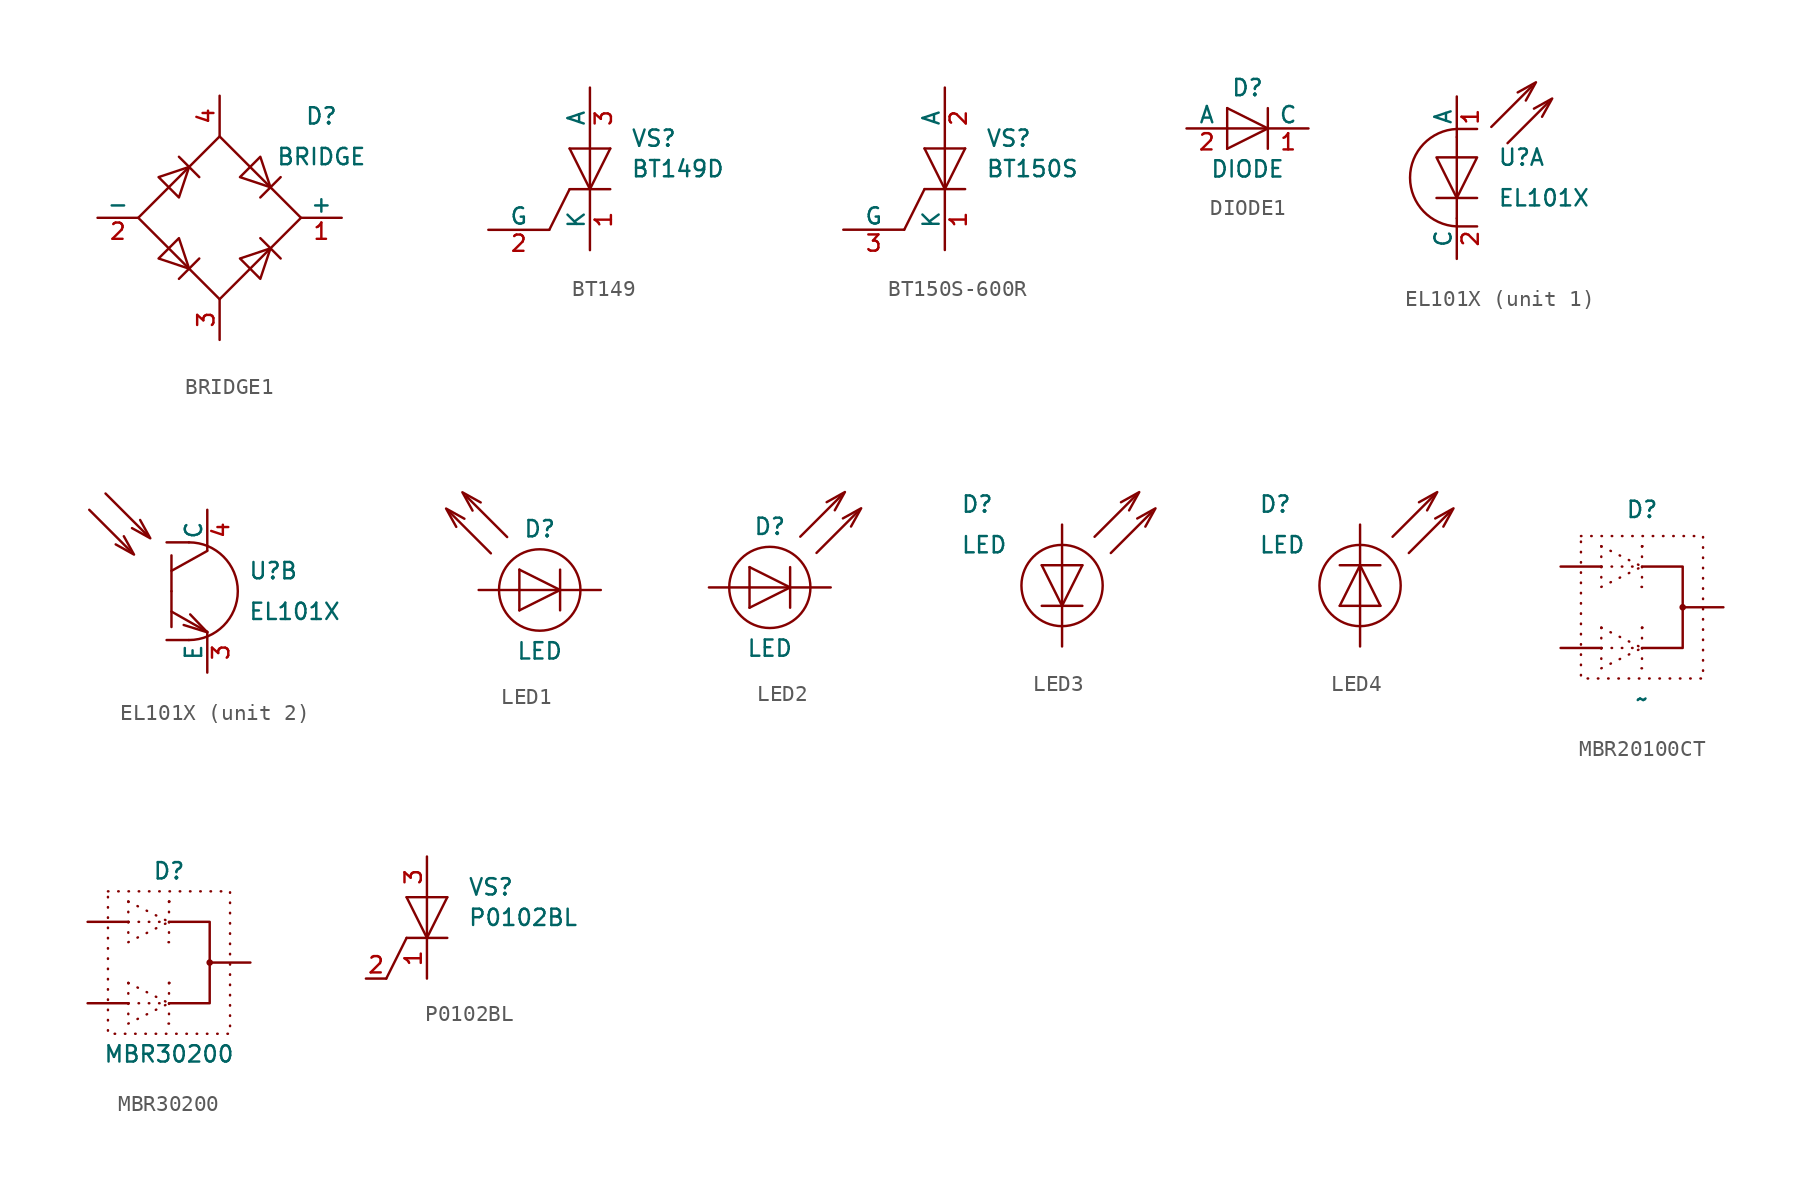
<source format=kicad_sym>
(kicad_symbol_lib
  (version 20241209)
  (generator "kicad_symbol_editor")
  (generator_version "9.0")
  (symbol "BRIDGE1"
    (pin_names
      (offset 0))
    (property "Reference" "D"
      (at 6.35 6.35 0)
      (effects (font (size 1.016 1.016))))
    (property "Value" "BRIDGE"
      (at 6.35 3.81 0)
      (effects (font (size 1.016 1.016))))
    (symbol "BRIDGE1_0_1"
      (polyline (pts (xy -3.81 2.54) (xy -2.54 1.27) (xy -1.905 3.175) (xy -3.81 2.54)) (stroke (width 0) (type default)) (fill (type none)))
      (polyline (pts (xy -2.54 3.81) (xy -1.27 2.54)) (stroke (width 0) (type default)) (fill (type none)))
      (polyline (pts (xy -2.54 -1.27) (xy -3.81 -2.54) (xy -1.905 -3.175) (xy -2.54 -1.27)) (stroke (width 0) (type default)) (fill (type none)))
      (polyline (pts (xy -1.27 -2.54) (xy -2.54 -3.81)) (stroke (width 0) (type default)) (fill (type none)))
      (polyline (pts (xy 1.27 2.54) (xy 2.54 3.81) (xy 3.175 1.905) (xy 1.27 2.54)) (stroke (width 0) (type default)) (fill (type none)))
      (polyline (pts (xy 2.54 1.27) (xy 3.81 2.54)) (stroke (width 0) (type default)) (fill (type none)))
      (polyline (pts (xy 2.54 -1.27) (xy 3.81 -2.54)) (stroke (width 0) (type default)) (fill (type none)))
      (polyline (pts (xy 3.175 -1.905) (xy 1.27 -2.54) (xy 2.54 -3.81) (xy 3.175 -1.905)) (stroke (width 0) (type default)) (fill (type none))))
    (symbol "BRIDGE1_1_1"
      (polyline (pts (xy -5.08 0) (xy 0 -5.08) (xy 5.08 0) (xy 0 5.08) (xy -5.08 0)) (stroke (width 0) (type default)) (fill (type none)))
      (pin passive line (at -7.62 0 0) (length 2.54) (name "-" (effects (font (size 1.016 1.016)))) (number "2" (effects (font (size 1.016 1.016)))))
      (pin passive line (at 0 7.62 270) (length 2.54) (name "~" (effects (font (size 1.016 1.016)))) (number "4" (effects (font (size 1.016 1.016)))))
      (pin passive line (at 0 -7.62 90) (length 2.54) (name "~" (effects (font (size 1.016 1.016)))) (number "3" (effects (font (size 1.016 1.016)))))
      (pin passive line (at 7.62 0 180) (length 2.54) (name "+" (effects (font (size 1.016 1.016)))) (number "1" (effects (font (size 1.016 1.016)))))))
  (symbol "BT149"
    (pin_names
      (offset 0))
    (property "Reference" "VS"
      (at 2.54 1.905 0)
      (effects (font (size 1.016 1.016)) (justify left)))
    (property "Value" "BT149D"
      (at 2.54 0 0)
      (effects (font (size 1.016 1.016)) (justify left)))
    (symbol "BT149_0_1"
      (polyline (pts (xy -1.27 -1.27) (xy -2.54 -3.81)) (stroke (width 0) (type default)) (fill (type none))))
    (symbol "BT149_1_1"
      (polyline (pts (xy -1.27 1.27) (xy 0 -1.27)) (stroke (width 0) (type default)) (fill (type none)))
      (polyline (pts (xy 0 1.27) (xy 0 -1.27)) (stroke (width 0) (type default)) (fill (type none)))
      (polyline (pts (xy 1.27 1.27) (xy -1.27 1.27)) (stroke (width 0) (type default)) (fill (type none)))
      (polyline (pts (xy 1.27 1.27) (xy 0 -1.27)) (stroke (width 0) (type default)) (fill (type none)))
      (polyline (pts (xy 1.27 -1.27) (xy -1.27 -1.27)) (stroke (width 0) (type default)) (fill (type none)))
      (pin input line (at -6.35 -3.81 0) (length 3.81) (name "G" (effects (font (size 1.016 1.016)))) (number "2" (effects (font (size 1.016 1.016)))))
      (pin passive line (at 0 5.08 270) (length 3.81) (name "A" (effects (font (size 1.016 1.016)))) (number "3" (effects (font (size 1.016 1.016)))))
      (pin passive line (at 0 -5.08 90) (length 3.81) (name "K" (effects (font (size 1.016 1.016)))) (number "1" (effects (font (size 1.016 1.016)))))))
  (symbol "BT150S-600R"
    (pin_names
      (offset 0))
    (property "Reference" "VS"
      (at 2.54 1.905 0)
      (effects (font (size 1.016 1.016)) (justify left)))
    (property "Value" "BT150S"
      (at 2.54 0 0)
      (effects (font (size 1.016 1.016)) (justify left)))
    (symbol "BT150S-600R_0_1"
      (polyline (pts (xy -1.27 -1.27) (xy -2.54 -3.81)) (stroke (width 0) (type default)) (fill (type none))))
    (symbol "BT150S-600R_1_1"
      (polyline (pts (xy -1.27 1.27) (xy 0 -1.27)) (stroke (width 0) (type default)) (fill (type none)))
      (polyline (pts (xy 0 1.27) (xy 0 -1.27)) (stroke (width 0) (type default)) (fill (type none)))
      (polyline (pts (xy 1.27 1.27) (xy -1.27 1.27)) (stroke (width 0) (type default)) (fill (type none)))
      (polyline (pts (xy 1.27 1.27) (xy 0 -1.27)) (stroke (width 0) (type default)) (fill (type none)))
      (polyline (pts (xy 1.27 -1.27) (xy -1.27 -1.27)) (stroke (width 0) (type default)) (fill (type none)))
      (pin input line (at -6.35 -3.81 0) (length 3.81) (name "G" (effects (font (size 1.016 1.016)))) (number "3" (effects (font (size 1.016 1.016)))))
      (pin passive line (at 0 5.08 270) (length 3.81) (name "A" (effects (font (size 1.016 1.016)))) (number "2" (effects (font (size 1.016 1.016)))))
      (pin passive line (at 0 -5.08 90) (length 3.81) (name "K" (effects (font (size 1.016 1.016)))) (number "1" (effects (font (size 1.016 1.016)))))))
  (symbol "DIODE1"
    (pin_names
      (offset 0))
    (property "Reference" "D"
      (at 0 2.54 0)
      (effects (font (size 1.016 1.016))))
    (property "Value" "DIODE"
      (at 0 -2.54 0)
      (effects (font (size 1.016 1.016))))
    (symbol "DIODE1_1_1"
      (polyline (pts (xy -1.27 1.27) (xy -1.27 -1.27)) (stroke (width 0) (type default)) (fill (type none)))
      (polyline (pts (xy -1.27 1.27) (xy 1.27 0)) (stroke (width 0) (type default)) (fill (type none)))
      (polyline (pts (xy -1.27 0) (xy 1.27 0)) (stroke (width 0) (type default)) (fill (type none)))
      (polyline (pts (xy -1.27 -1.27) (xy 1.27 0)) (stroke (width 0) (type default)) (fill (type none)))
      (polyline (pts (xy 1.27 1.27) (xy 1.27 -1.27)) (stroke (width 0) (type default)) (fill (type none)))
      (pin passive line (at -3.81 0 0) (length 2.54) (name "A" (effects (font (size 1.016 1.016)))) (number "2" (effects (font (size 1.016 1.016)))))
      (pin passive line (at 3.81 0 180) (length 2.54) (name "C" (effects (font (size 1.016 1.016)))) (number "1" (effects (font (size 1.016 1.016)))))))
  (symbol "EL101X"
    (pin_names
      (offset 0))
    (property "Reference" "U"
      (at 2.54 1.27 0)
      (effects (font (size 1.016 1.016)) (justify left)))
    (property "Value" "EL101X"
      (at 2.54 -1.27 0)
      (effects (font (size 1.016 1.016)) (justify left)))
    (property "ki_locked" ""
      (at 0 0 0)
      (effects (font (size 1.27 1.27))))
    (symbol "EL101X_1_1"
      (polyline (pts (xy -1.27 -1.27) (xy 1.27 -1.27)) (stroke (width 0) (type default)) (fill (type none)))
      (polyline (pts (xy 0 3.048) (xy 1.27 3.048)) (stroke (width 0) (type default)) (fill (type none)))
      (polyline (pts (xy 0 2.54) (xy 0 -2.54)) (stroke (width 0) (type default)) (fill (type none)))
      (polyline (pts (xy 0 -1.27) (xy 1.27 1.27) (xy -1.27 1.27) (xy 0 -1.27)) (stroke (width 0) (type default)) (fill (type none)))
      (arc (start 0 -3.048) (mid -2.9236 0) (end 0 3.048) (stroke (width 0) (type default)) (fill (type none)))
      (polyline (pts (xy 1.27 -3.048) (xy 0 -3.048)) (stroke (width 0) (type default)) (fill (type none)))
      (polyline (pts (xy 4.699 5.715) (xy 2.159 3.175)) (stroke (width 0) (type default)) (fill (type none)))
      (polyline (pts (xy 4.953 5.969) (xy 4.318 4.826) (xy 4.953 5.969) (xy 3.81 5.334) (xy 4.953 5.969)) (stroke (width 0) (type default)) (fill (type none)))
      (polyline (pts (xy 5.715 4.699) (xy 3.175 2.159)) (stroke (width 0) (type default)) (fill (type none)))
      (polyline (pts (xy 5.969 4.953) (xy 5.334 3.81) (xy 5.969 4.953) (xy 4.826 4.318) (xy 5.969 4.953)) (stroke (width 0) (type default)) (fill (type none)))
      (pin passive line (at 0 5.08 270) (length 2.54) (name "A" (effects (font (size 1.016 1.016)))) (number "1" (effects (font (size 1.016 1.016)))))
      (pin passive line (at 0 -5.08 90) (length 2.54) (name "C" (effects (font (size 1.016 1.016)))) (number "2" (effects (font (size 1.016 1.016))))))
    (symbol "EL101X_2_1"
      (polyline (pts (xy -4.826 2.54) (xy -7.366 5.08)) (stroke (width 0) (type default)) (fill (type none)))
      (polyline (pts (xy -4.572 2.286) (xy -5.715 2.921) (xy -4.572 2.286) (xy -5.207 3.429) (xy -4.572 2.286)) (stroke (width 0) (type default)) (fill (type none)))
      (polyline (pts (xy -3.81 3.556) (xy -6.35 6.096)) (stroke (width 0) (type default)) (fill (type none)))
      (polyline (pts (xy -3.556 3.302) (xy -4.699 3.937) (xy -3.556 3.302) (xy -4.191 4.445) (xy -3.556 3.302)) (stroke (width 0) (type default)) (fill (type none)))
      (polyline (pts (xy -2.54 3.048) (xy -1.143 3.048)) (stroke (width 0) (type default)) (fill (type none)))
      (polyline (pts (xy -2.235 0) (xy -2.235 2.235)) (stroke (width 0) (type default)) (fill (type none)))
      (polyline (pts (xy -2.235 0) (xy -2.235 -2.235)) (stroke (width 0) (type default)) (fill (type none)))
      (arc (start -1.143 3.048) (mid 1.8918 0) (end -1.143 -3.048) (stroke (width 0) (type default)) (fill (type none)))
      (polyline (pts (xy -1.143 -3.048) (xy -2.54 -3.048)) (stroke (width 0) (type default)) (fill (type none)))
      (polyline (pts (xy -1.067 -1.448) (xy 0 -2.565) (xy -1.473 -2.108)) (stroke (width 0) (type default)) (fill (type none)))
      (polyline (pts (xy 0 2.515) (xy -2.235 1.27)) (stroke (width 0) (type default)) (fill (type none)))
      (polyline (pts (xy 0 -2.54) (xy -2.235 -1.27)) (stroke (width 0) (type default)) (fill (type none)))
      (pin passive line (at 0 5.08 270) (length 2.54) (name "C" (effects (font (size 1.016 1.016)))) (number "4" (effects (font (size 1.016 1.016)))))
      (pin passive line (at 0 -5.08 90) (length 2.54) (name "E" (effects (font (size 1.016 1.016)))) (number "3" (effects (font (size 1.016 1.016)))))))
  (symbol "LED1"
    (pin_numbers
      (hide yes))
    (pin_names
      (offset 0)
      (hide yes))
    (property "Reference" "D"
      (at 0 3.81 0)
      (effects (font (size 1.016 1.016))))
    (property "Value" "LED"
      (at 0 -3.81 0)
      (effects (font (size 1.016 1.016))))
    (symbol "LED1_0_1"
      (circle (center 0 0) (radius 2.54) (stroke (width 0) (type default)) (fill (type none))))
    (symbol "LED1_1_1"
      (polyline (pts (xy -5.842 5.08) (xy -4.699 4.445) (xy -5.842 5.08) (xy -5.207 3.937) (xy -5.842 5.08)) (stroke (width 0) (type default)) (fill (type none)))
      (polyline (pts (xy -5.588 4.826) (xy -3.048 2.286)) (stroke (width 0) (type default)) (fill (type none)))
      (polyline (pts (xy -4.826 6.096) (xy -3.683 5.461) (xy -4.826 6.096) (xy -4.191 4.953) (xy -4.826 6.096)) (stroke (width 0) (type default)) (fill (type none)))
      (polyline (pts (xy -4.572 5.842) (xy -2.032 3.302)) (stroke (width 0) (type default)) (fill (type none)))
      (polyline (pts (xy -1.27 1.27) (xy -1.27 -1.27)) (stroke (width 0) (type default)) (fill (type none)))
      (polyline (pts (xy -1.27 1.27) (xy 1.27 0)) (stroke (width 0) (type default)) (fill (type none)))
      (polyline (pts (xy -1.27 0) (xy 1.27 0)) (stroke (width 0) (type default)) (fill (type none)))
      (polyline (pts (xy -1.27 -1.27) (xy 1.27 0)) (stroke (width 0) (type default)) (fill (type none)))
      (polyline (pts (xy 1.27 1.27) (xy 1.27 -1.27)) (stroke (width 0) (type default)) (fill (type none)))
      (pin passive line (at -3.81 0 0) (length 2.54) (name "A" (effects (font (size 1.016 1.016)))) (number "2" (effects (font (size 1.016 1.016)))))
      (pin passive line (at 3.81 0 180) (length 2.54) (name "C" (effects (font (size 1.016 1.016)))) (number "1" (effects (font (size 1.016 1.016)))))))
  (symbol "LED2"
    (pin_numbers
      (hide yes))
    (pin_names
      (offset 0)
      (hide yes))
    (property "Reference" "D"
      (at 0 3.81 0)
      (effects (font (size 1.016 1.016))))
    (property "Value" "LED"
      (at 0 -3.81 0)
      (effects (font (size 1.016 1.016))))
    (symbol "LED2_0_1"
      (circle (center 0 0) (radius 2.54) (stroke (width 0) (type default)) (fill (type none))))
    (symbol "LED2_1_1"
      (polyline (pts (xy -1.27 1.27) (xy -1.27 -1.27)) (stroke (width 0) (type default)) (fill (type none)))
      (polyline (pts (xy -1.27 1.27) (xy 1.27 0)) (stroke (width 0) (type default)) (fill (type none)))
      (polyline (pts (xy -1.27 0) (xy 1.27 0)) (stroke (width 0) (type default)) (fill (type none)))
      (polyline (pts (xy -1.27 -1.27) (xy 1.27 0)) (stroke (width 0) (type default)) (fill (type none)))
      (polyline (pts (xy 1.27 1.27) (xy 1.27 -1.27)) (stroke (width 0) (type default)) (fill (type none)))
      (polyline (pts (xy 4.445 5.715) (xy 1.905 3.175)) (stroke (width 0) (type default)) (fill (type none)))
      (polyline (pts (xy 4.699 5.969) (xy 4.064 4.826) (xy 4.699 5.969) (xy 3.556 5.334) (xy 4.699 5.969)) (stroke (width 0) (type default)) (fill (type none)))
      (polyline (pts (xy 5.461 4.699) (xy 2.921 2.159)) (stroke (width 0) (type default)) (fill (type none)))
      (polyline (pts (xy 5.715 4.953) (xy 5.08 3.81) (xy 5.715 4.953) (xy 4.572 4.318) (xy 5.715 4.953)) (stroke (width 0) (type default)) (fill (type none)))
      (pin passive line (at -3.81 0 0) (length 2.54) (name "A" (effects (font (size 1.016 1.016)))) (number "2" (effects (font (size 1.016 1.016)))))
      (pin passive line (at 3.81 0 180) (length 2.54) (name "C" (effects (font (size 1.016 1.016)))) (number "1" (effects (font (size 1.016 1.016)))))))
  (symbol "LED3"
    (pin_numbers
      (hide yes))
    (pin_names
      (offset 0)
      (hide yes))
    (property "Reference" "D"
      (at -6.35 5.08 0)
      (effects (font (size 1.016 1.016)) (justify left)))
    (property "Value" "LED"
      (at -6.35 2.54 0)
      (effects (font (size 1.016 1.016)) (justify left)))
    (symbol "LED3_0_1"
      (circle (center 0 0) (radius 2.54) (stroke (width 0) (type default)) (fill (type none))))
    (symbol "LED3_1_1"
      (polyline (pts (xy -1.27 1.27) (xy 0 -1.27)) (stroke (width 0) (type default)) (fill (type none)))
      (polyline (pts (xy 0 1.27) (xy 0 -1.27)) (stroke (width 0) (type default)) (fill (type none)))
      (polyline (pts (xy 1.27 1.27) (xy -1.27 1.27)) (stroke (width 0) (type default)) (fill (type none)))
      (polyline (pts (xy 1.27 1.27) (xy 0 -1.27)) (stroke (width 0) (type default)) (fill (type none)))
      (polyline (pts (xy 1.27 -1.27) (xy -1.27 -1.27)) (stroke (width 0) (type default)) (fill (type none)))
      (polyline (pts (xy 4.572 5.588) (xy 2.032 3.048)) (stroke (width 0) (type default)) (fill (type none)))
      (polyline (pts (xy 4.826 5.842) (xy 3.683 5.207) (xy 4.826 5.842) (xy 4.191 4.699) (xy 4.826 5.842)) (stroke (width 0) (type default)) (fill (type none)))
      (polyline (pts (xy 5.588 4.572) (xy 3.048 2.032)) (stroke (width 0) (type default)) (fill (type none)))
      (polyline (pts (xy 5.842 4.826) (xy 4.699 4.191) (xy 5.842 4.826) (xy 5.207 3.683) (xy 5.842 4.826)) (stroke (width 0) (type default)) (fill (type none)))
      (pin passive line (at 0 3.81 270) (length 2.54) (name "A" (effects (font (size 1.016 1.016)))) (number "2" (effects (font (size 1.016 1.016)))))
      (pin passive line (at 0 -3.81 90) (length 2.54) (name "C" (effects (font (size 1.016 1.016)))) (number "1" (effects (font (size 1.016 1.016)))))))
  (symbol "LED4"
    (pin_numbers
      (hide yes))
    (pin_names
      (offset 0)
      (hide yes))
    (property "Reference" "D"
      (at -6.35 5.08 0)
      (effects (font (size 1.016 1.016)) (justify left)))
    (property "Value" "LED"
      (at -6.35 2.54 0)
      (effects (font (size 1.016 1.016)) (justify left)))
    (symbol "LED4_0_1"
      (circle (center 0 0) (radius 2.54) (stroke (width 0) (type default)) (fill (type none))))
    (symbol "LED4_1_1"
      (polyline (pts (xy -1.27 -1.27) (xy 0 1.27)) (stroke (width 0) (type default)) (fill (type none)))
      (polyline (pts (xy 0 -1.27) (xy 0 1.27)) (stroke (width 0) (type default)) (fill (type none)))
      (polyline (pts (xy 1.27 1.27) (xy -1.27 1.27)) (stroke (width 0) (type default)) (fill (type none)))
      (polyline (pts (xy 1.27 -1.27) (xy -1.27 -1.27)) (stroke (width 0) (type default)) (fill (type none)))
      (polyline (pts (xy 1.27 -1.27) (xy 0 1.27)) (stroke (width 0) (type default)) (fill (type none)))
      (polyline (pts (xy 4.572 5.588) (xy 2.032 3.048)) (stroke (width 0) (type default)) (fill (type none)))
      (polyline (pts (xy 4.826 5.842) (xy 3.683 5.207) (xy 4.826 5.842) (xy 4.191 4.699) (xy 4.826 5.842)) (stroke (width 0) (type default)) (fill (type none)))
      (polyline (pts (xy 5.588 4.572) (xy 3.048 2.032)) (stroke (width 0) (type default)) (fill (type none)))
      (polyline (pts (xy 5.842 4.826) (xy 4.699 4.191) (xy 5.842 4.826) (xy 5.207 3.683) (xy 5.842 4.826)) (stroke (width 0) (type default)) (fill (type none)))
      (pin passive line (at 0 3.81 270) (length 2.54) (name "C" (effects (font (size 1.016 1.016)))) (number "1" (effects (font (size 1.016 1.016)))))
      (pin passive line (at 0 -3.81 90) (length 2.54) (name "A" (effects (font (size 1.016 1.016)))) (number "2" (effects (font (size 1.016 1.016)))))))
  (symbol "MBR20100CT"
    (pin_numbers
      (hide yes))
    (pin_names
      (offset 1.016)
      (hide yes))
    (property "Reference" "D"
      (at 0 6.096 0)
      (effects (font (size 1.016 1.016))))
    (property "Value" "~"
      (at 0 -5.715 0)
      (effects (font (size 1.016 1.016))))
    (symbol "MBR20100CT_0_1"
      (polyline (pts (xy 0 2.54) (xy 2.54 2.54) (xy 2.54 -2.54) (xy 0 -2.54)) (stroke (width 0) (type default)) (fill (type none)))
      (circle (center 2.54 0) (radius 0.13) (stroke (width 0) (type default)) (fill (type none))))
    (symbol "MBR20100CT_1_1"
      (rectangle (start -3.81 4.445) (end 3.81 -4.445) (stroke (width 0) (type dot)) (fill (type none)))
      (polyline (pts (xy -2.54 3.81) (xy -2.54 1.27)) (stroke (width 0) (type default)) (fill (type none)))
      (polyline (pts (xy -2.54 3.81) (xy 0 2.54)) (stroke (width 0) (type default)) (fill (type none)))
      (polyline (pts (xy -2.54 2.54) (xy 0 2.54)) (stroke (width 0) (type default)) (fill (type none)))
      (polyline (pts (xy -2.54 1.27) (xy 0 2.54)) (stroke (width 0) (type default)) (fill (type none)))
      (polyline (pts (xy -2.54 -1.27) (xy -2.54 -3.81)) (stroke (width 0) (type default)) (fill (type none)))
      (polyline (pts (xy -2.54 -1.27) (xy 0 -2.54)) (stroke (width 0) (type default)) (fill (type none)))
      (polyline (pts (xy -2.54 -2.54) (xy 0 -2.54)) (stroke (width 0) (type default)) (fill (type none)))
      (polyline (pts (xy -2.54 -3.81) (xy 0 -2.54)) (stroke (width 0) (type default)) (fill (type none)))
      (polyline (pts (xy 0 3.81) (xy 0 1.27)) (stroke (width 0) (type default)) (fill (type none)))
      (polyline (pts (xy 0 3.81) (xy 0.508 3.81)) (stroke (width 0) (type default)) (fill (type none)))
      (polyline (pts (xy 0 1.27) (xy -0.635 1.27)) (stroke (width 0) (type default)) (fill (type none)))
      (polyline (pts (xy 0 -1.27) (xy 0 -3.81)) (stroke (width 0) (type default)) (fill (type none)))
      (polyline (pts (xy 0 -1.27) (xy 0.508 -1.27)) (stroke (width 0) (type default)) (fill (type none)))
      (polyline (pts (xy 0 -3.81) (xy -0.635 -3.81)) (stroke (width 0) (type default)) (fill (type none)))
      (pin passive line (at -5.08 2.54 0) (length 2.54) (name "A1" (effects (font (size 1.016 1.016)))) (number "1" (effects (font (size 1.016 1.016)))))
      (pin passive line (at -5.08 -2.54 0) (length 2.54) (name "A2" (effects (font (size 1.016 1.016)))) (number "3" (effects (font (size 1.016 1.016)))))
      (pin passive line (at 5.08 0 180) (length 2.54) (name "K" (effects (font (size 1.016 1.016)))) (number "2" (effects (font (size 1.016 1.016)))))))
  (symbol "MBR30200"
    (pin_numbers
      (hide yes))
    (pin_names
      (offset 1.016)
      (hide yes))
    (property "Reference" "D"
      (at 0 5.715 0)
      (effects (font (size 1.016 1.016))))
    (property "Value" "MBR30200"
      (at 0 -5.715 0)
      (effects (font (size 1.016 1.016))))
    (symbol "MBR30200_0_1"
      (polyline (pts (xy 0 2.54) (xy 2.54 2.54) (xy 2.54 -2.54) (xy 0 -2.54)) (stroke (width 0) (type default)) (fill (type none)))
      (circle (center 2.54 0) (radius 0.13) (stroke (width 0) (type default)) (fill (type none))))
    (symbol "MBR30200_1_1"
      (rectangle (start -3.81 4.445) (end 3.81 -4.445) (stroke (width 0) (type dot)) (fill (type none)))
      (polyline (pts (xy -2.54 3.81) (xy -2.54 1.27)) (stroke (width 0) (type default)) (fill (type none)))
      (polyline (pts (xy -2.54 3.81) (xy 0 2.54)) (stroke (width 0) (type default)) (fill (type none)))
      (polyline (pts (xy -2.54 2.54) (xy 0 2.54)) (stroke (width 0) (type default)) (fill (type none)))
      (polyline (pts (xy -2.54 1.27) (xy 0 2.54)) (stroke (width 0) (type default)) (fill (type none)))
      (polyline (pts (xy -2.54 -1.27) (xy -2.54 -3.81)) (stroke (width 0) (type default)) (fill (type none)))
      (polyline (pts (xy -2.54 -1.27) (xy 0 -2.54)) (stroke (width 0) (type default)) (fill (type none)))
      (polyline (pts (xy -2.54 -2.54) (xy 0 -2.54)) (stroke (width 0) (type default)) (fill (type none)))
      (polyline (pts (xy -2.54 -3.81) (xy 0 -2.54)) (stroke (width 0) (type default)) (fill (type none)))
      (polyline (pts (xy 0 3.81) (xy 0 1.27)) (stroke (width 0) (type default)) (fill (type none)))
      (polyline (pts (xy 0 3.81) (xy 0.508 3.81)) (stroke (width 0) (type default)) (fill (type none)))
      (polyline (pts (xy 0 1.27) (xy -0.635 1.27)) (stroke (width 0) (type default)) (fill (type none)))
      (polyline (pts (xy 0 -1.27) (xy 0 -3.81)) (stroke (width 0) (type default)) (fill (type none)))
      (polyline (pts (xy 0 -1.27) (xy 0.508 -1.27)) (stroke (width 0) (type default)) (fill (type none)))
      (polyline (pts (xy 0 -3.81) (xy -0.635 -3.81)) (stroke (width 0) (type default)) (fill (type none)))
      (pin passive line (at -5.08 2.54 0) (length 2.54) (name "A1" (effects (font (size 1.016 1.016)))) (number "1" (effects (font (size 1.016 1.016)))))
      (pin passive line (at -5.08 -2.54 0) (length 2.54) (name "A2" (effects (font (size 1.016 1.016)))) (number "3" (effects (font (size 1.016 1.016)))))
      (pin passive line (at 5.08 0 180) (length 2.54) (name "K" (effects (font (size 1.016 1.016)))) (number "2" (effects (font (size 1.016 1.016)))))))
  (symbol "P0102BL"
    (pin_names
      (offset 0)
      (hide yes))
    (property "Reference" "VS"
      (at 2.54 1.905 0)
      (effects (font (size 1.016 1.016)) (justify left)))
    (property "Value" "P0102BL"
      (at 2.54 0 0)
      (effects (font (size 1.016 1.016)) (justify left)))
    (symbol "P0102BL_0_1"
      (polyline (pts (xy -1.27 -1.27) (xy -2.54 -3.81)) (stroke (width 0) (type default)) (fill (type none))))
    (symbol "P0102BL_1_1"
      (polyline (pts (xy -1.27 1.27) (xy 0 -1.27)) (stroke (width 0) (type default)) (fill (type none)))
      (polyline (pts (xy 0 1.27) (xy 0 -1.27)) (stroke (width 0) (type default)) (fill (type none)))
      (polyline (pts (xy 1.27 1.27) (xy -1.27 1.27)) (stroke (width 0) (type default)) (fill (type none)))
      (polyline (pts (xy 1.27 1.27) (xy 0 -1.27)) (stroke (width 0) (type default)) (fill (type none)))
      (polyline (pts (xy 1.27 -1.27) (xy -1.27 -1.27)) (stroke (width 0) (type default)) (fill (type none)))
      (pin input line (at -3.81 -3.81 0) (length 1.27) (name "G" (effects (font (size 1.016 1.016)))) (number "2" (effects (font (size 1.016 1.016)))))
      (pin passive line (at 0 3.81 270) (length 2.54) (name "A" (effects (font (size 1.016 1.016)))) (number "3" (effects (font (size 1.016 1.016)))))
      (pin passive line (at 0 -3.81 90) (length 2.54) (name "K" (effects (font (size 1.016 1.016)))) (number "1" (effects (font (size 1.016 1.016))))))))
</source>
